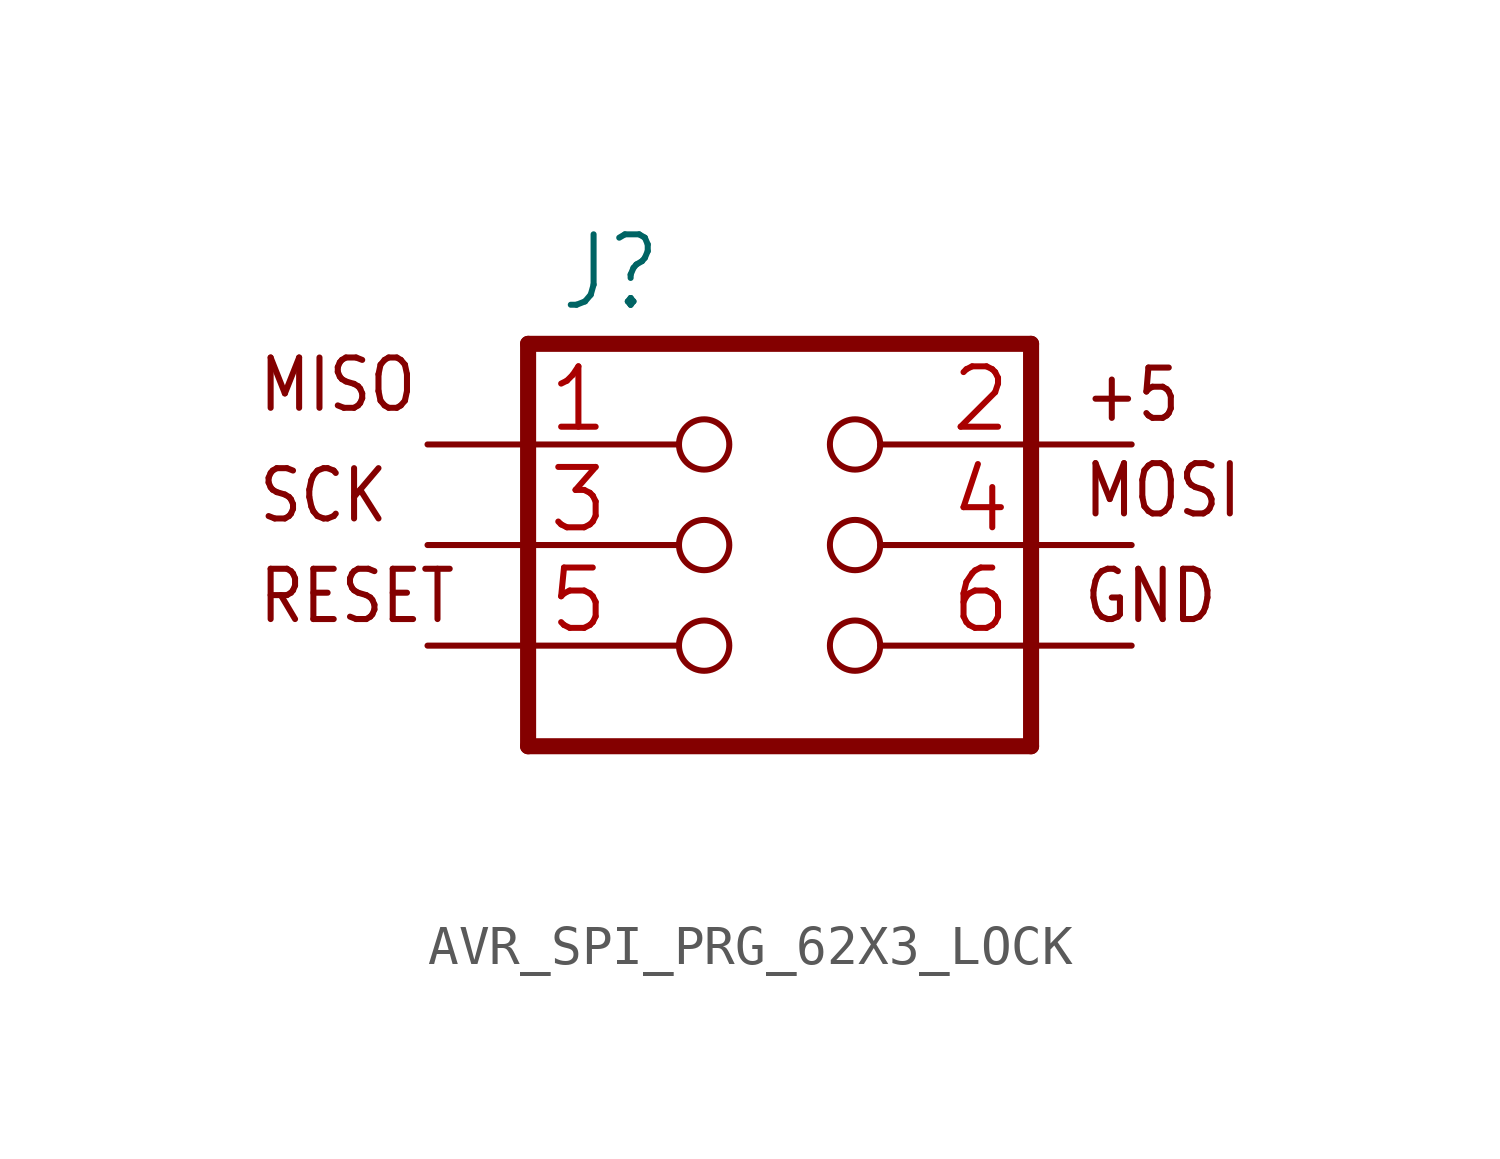
<source format=kicad_sym>
(kicad_symbol_lib
  (version 20241209)
  (generator "kicad_symbol_editor")
  (generator_version "9.0")
  (symbol "AVR_SPI_PRG_62X3_LOCK"
    (property "Reference" "J"
      (at -4.318 5.842 0)
      (effects (font (size 1.778 1.511)) (justify left bottom)))
    (property "Value" ""
      (at -4.064 -7.62 0)
      (effects (font (size 1.778 1.511)) (justify left bottom)))
    (property "ki_locked" ""
      (at 0 0 0)
      (effects (font (size 1.27 1.27))))
    (symbol "AVR_SPI_PRG_62X3_LOCK_1_0"
      (polyline (pts (xy -5.08 5.08) (xy -5.08 -5.08)) (stroke (width 0.406) (type solid)) (fill (type none)))
      (polyline (pts (xy -5.08 -5.08) (xy 7.62 -5.08)) (stroke (width 0.406) (type solid)) (fill (type none)))
      (polyline (pts (xy 7.62 5.08) (xy -5.08 5.08)) (stroke (width 0.406) (type solid)) (fill (type none)))
      (polyline (pts (xy 7.62 -5.08) (xy 7.62 5.08)) (stroke (width 0.406) (type solid)) (fill (type none)))
      (text "MISO" (at -11.938 3.302 0) (effects (font (size 1.27 1.079)) (justify left bottom)))
      (text "SCK" (at -11.938 0.508 0) (effects (font (size 1.27 1.079)) (justify left bottom)))
      (text "RESET" (at -11.938 -2.032 0) (effects (font (size 1.27 1.079)) (justify left bottom)))
      (text "+5" (at 8.89 3.048 0) (effects (font (size 1.27 1.079)) (justify left bottom)))
      (text "MOSI" (at 8.89 0.635 0) (effects (font (size 1.27 1.079)) (justify left bottom)))
      (text "GND" (at 8.89 -2.032 0) (effects (font (size 1.27 1.079)) (justify left bottom)))
      (pin passive inverted (at -7.62 2.54 0) (length 7.62) (name "1" (effects (font (size 0 0)))) (number "1" (effects (font (size 1.524 1.524)))))
      (pin passive inverted (at -7.62 0 0) (length 7.62) (name "3" (effects (font (size 0 0)))) (number "3" (effects (font (size 1.524 1.524)))))
      (pin passive inverted (at -7.62 -2.54 0) (length 7.62) (name "5" (effects (font (size 0 0)))) (number "5" (effects (font (size 1.524 1.524)))))
      (pin passive inverted (at 10.16 2.54 180) (length 7.62) (name "2" (effects (font (size 0 0)))) (number "2" (effects (font (size 1.524 1.524)))))
      (pin passive inverted (at 10.16 0 180) (length 7.62) (name "4" (effects (font (size 0 0)))) (number "4" (effects (font (size 1.524 1.524)))))
      (pin passive inverted (at 10.16 -2.54 180) (length 7.62) (name "6" (effects (font (size 0 0)))) (number "6" (effects (font (size 1.524 1.524))))))))
</source>
